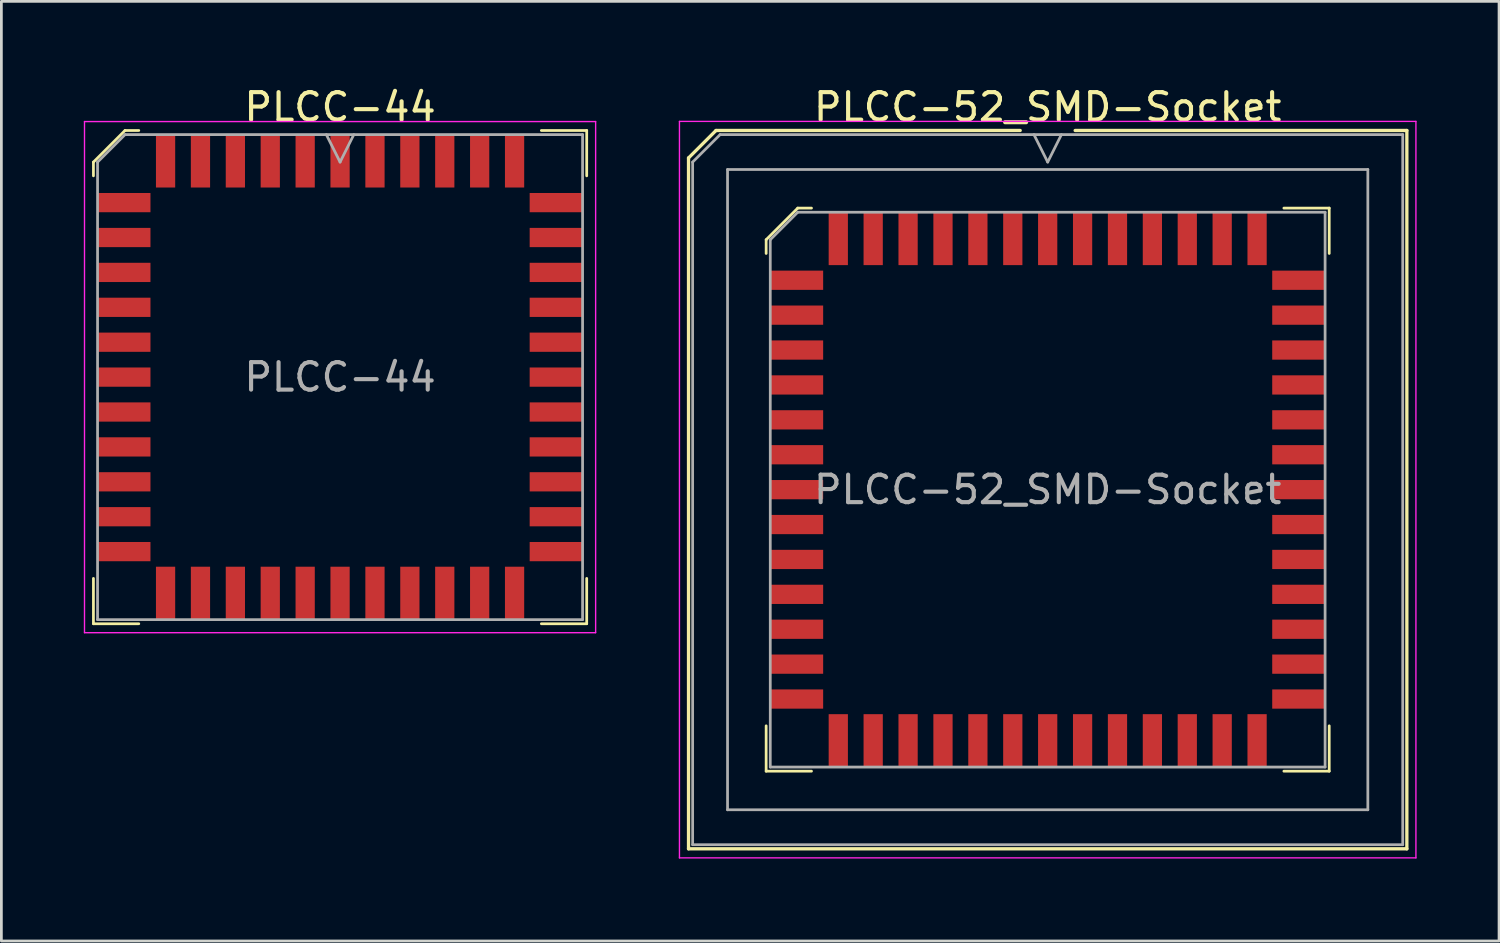
<source format=kicad_pcb>
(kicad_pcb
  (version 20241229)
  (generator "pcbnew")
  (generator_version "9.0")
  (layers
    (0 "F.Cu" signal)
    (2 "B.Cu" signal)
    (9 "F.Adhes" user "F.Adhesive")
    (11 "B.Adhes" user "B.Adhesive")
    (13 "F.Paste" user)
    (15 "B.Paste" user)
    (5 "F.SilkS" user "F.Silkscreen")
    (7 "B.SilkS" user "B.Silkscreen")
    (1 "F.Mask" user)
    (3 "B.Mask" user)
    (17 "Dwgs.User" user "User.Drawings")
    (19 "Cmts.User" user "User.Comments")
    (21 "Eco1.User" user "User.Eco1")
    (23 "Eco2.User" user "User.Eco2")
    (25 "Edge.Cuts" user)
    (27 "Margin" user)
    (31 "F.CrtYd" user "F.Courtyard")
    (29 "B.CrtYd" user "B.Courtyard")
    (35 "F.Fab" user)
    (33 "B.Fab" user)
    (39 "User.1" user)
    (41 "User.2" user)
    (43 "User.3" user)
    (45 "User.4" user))
  (footprint "PLCC-52_SMD-Socket"
    (layer "F.Cu")
    (at 35.075 14.768)
    (property "Reference" "PLCC-52_SMD-Socket" (at 0 -13.92 0) (layer "F.SilkS") (effects (font (size 1 1) (thickness 0.15))))
    (attr smd)
    (fp_line (start -13.07 -12.07) (end -13.07 13.07) (stroke (width 0.12) (type solid)) (layer "F.SilkS"))
    (fp_line (start -13.07 13.07) (end 13.07 13.07) (stroke (width 0.12) (type solid)) (layer "F.SilkS"))
    (fp_line (start -12.07 -13.07) (end -13.07 -12.07) (stroke (width 0.12) (type solid)) (layer "F.SilkS"))
    (fp_line (start -10.245 -9.095) (end -10.245 -8.595) (stroke (width 0.1) (type solid)) (layer "F.SilkS"))
    (fp_line (start -10.245 10.245) (end -10.245 8.595) (stroke (width 0.1) (type solid)) (layer "F.SilkS"))
    (fp_line (start -9.095 -10.245) (end -10.245 -9.095) (stroke (width 0.1) (type solid)) (layer "F.SilkS"))
    (fp_line (start -8.595 -10.245) (end -9.095 -10.245) (stroke (width 0.1) (type solid)) (layer "F.SilkS"))
    (fp_line (start -8.595 10.245) (end -10.245 10.245) (stroke (width 0.1) (type solid)) (layer "F.SilkS"))
    (fp_line (start -1 -13.07) (end -12.07 -13.07) (stroke (width 0.12) (type solid)) (layer "F.SilkS"))
    (fp_line (start 8.595 -10.245) (end 10.245 -10.245) (stroke (width 0.1) (type solid)) (layer "F.SilkS"))
    (fp_line (start 8.595 10.245) (end 10.245 10.245) (stroke (width 0.1) (type solid)) (layer "F.SilkS"))
    (fp_line (start 10.245 -10.245) (end 10.245 -8.595) (stroke (width 0.1) (type solid)) (layer "F.SilkS"))
    (fp_line (start 10.245 10.245) (end 10.245 8.595) (stroke (width 0.1) (type solid)) (layer "F.SilkS"))
    (fp_line (start 13.07 -13.07) (end 1 -13.07) (stroke (width 0.12) (type solid)) (layer "F.SilkS"))
    (fp_line (start 13.07 13.07) (end 13.07 -13.07) (stroke (width 0.12) (type solid)) (layer "F.SilkS"))
    (fp_line (start -13.4 -13.4) (end -13.4 13.4) (stroke (width 0.05) (type solid)) (layer "F.CrtYd"))
    (fp_line (start -13.4 13.4) (end 13.4 13.4) (stroke (width 0.05) (type solid)) (layer "F.CrtYd"))
    (fp_line (start 13.4 -13.4) (end -13.4 -13.4) (stroke (width 0.05) (type solid)) (layer "F.CrtYd"))
    (fp_line (start 13.4 13.4) (end 13.4 -13.4) (stroke (width 0.05) (type solid)) (layer "F.CrtYd"))
    (fp_line (start -12.92 -11.92) (end -12.92 12.92) (stroke (width 0.1) (type solid)) (layer "F.Fab"))
    (fp_line (start -12.92 12.92) (end 12.92 12.92) (stroke (width 0.1) (type solid)) (layer "F.Fab"))
    (fp_line (start -11.92 -12.92) (end -12.92 -11.92) (stroke (width 0.1) (type solid)) (layer "F.Fab"))
    (fp_line (start -11.65 -11.65) (end -11.65 11.65) (stroke (width 0.1) (type solid)) (layer "F.Fab"))
    (fp_line (start -11.65 11.65) (end 11.65 11.65) (stroke (width 0.1) (type solid)) (layer "F.Fab"))
    (fp_line (start -10.095 -9.095) (end -10.095 10.095) (stroke (width 0.1) (type solid)) (layer "F.Fab"))
    (fp_line (start -10.095 10.095) (end 10.095 10.095) (stroke (width 0.1) (type solid)) (layer "F.Fab"))
    (fp_line (start -9.095 -10.095) (end -10.095 -9.095) (stroke (width 0.1) (type solid)) (layer "F.Fab"))
    (fp_line (start -0.5 -12.92) (end 0 -11.92) (stroke (width 0.1) (type solid)) (layer "F.Fab"))
    (fp_line (start 0 -11.92) (end 0.5 -12.92) (stroke (width 0.1) (type solid)) (layer "F.Fab"))
    (fp_line (start 10.095 -10.095) (end -9.095 -10.095) (stroke (width 0.1) (type solid)) (layer "F.Fab"))
    (fp_line (start 10.095 10.095) (end 10.095 -10.095) (stroke (width 0.1) (type solid)) (layer "F.Fab"))
    (fp_line (start 11.65 -11.65) (end -11.65 -11.65) (stroke (width 0.1) (type solid)) (layer "F.Fab"))
    (fp_line (start 11.65 11.65) (end 11.65 -11.65) (stroke (width 0.1) (type solid)) (layer "F.Fab"))
    (fp_line (start 12.92 -12.92) (end -11.92 -12.92) (stroke (width 0.1) (type solid)) (layer "F.Fab"))
    (fp_line (start 12.92 12.92) (end 12.92 -12.92) (stroke (width 0.1) (type solid)) (layer "F.Fab"))
    (fp_text user "${REFERENCE}" (at 0 0 0) (layer "F.Fab") (effects (font (size 1 1) (thickness 0.15))))
    (pad "1" smd rect (at 0 -9.133) (size 0.7 1.925) (layers "F.Cu" "F.Mask" "F.Paste"))
    (pad "2" smd rect (at -1.27 -9.133) (size 0.7 1.925) (layers "F.Cu" "F.Mask" "F.Paste"))
    (pad "3" smd rect (at -2.54 -9.133) (size 0.7 1.925) (layers "F.Cu" "F.Mask" "F.Paste"))
    (pad "4" smd rect (at -3.81 -9.133) (size 0.7 1.925) (layers "F.Cu" "F.Mask" "F.Paste"))
    (pad "5" smd rect (at -5.08 -9.133) (size 0.7 1.925) (layers "F.Cu" "F.Mask" "F.Paste"))
    (pad "6" smd rect (at -6.35 -9.133) (size 0.7 1.925) (layers "F.Cu" "F.Mask" "F.Paste"))
    (pad "7" smd rect (at -7.62 -9.133) (size 0.7 1.925) (layers "F.Cu" "F.Mask" "F.Paste"))
    (pad "8" smd rect (at -9.133 -7.62) (size 1.925 0.7) (layers "F.Cu" "F.Mask" "F.Paste"))
    (pad "9" smd rect (at -9.133 -6.35) (size 1.925 0.7) (layers "F.Cu" "F.Mask" "F.Paste"))
    (pad "10" smd rect (at -9.133 -5.08) (size 1.925 0.7) (layers "F.Cu" "F.Mask" "F.Paste"))
    (pad "11" smd rect (at -9.133 -3.81) (size 1.925 0.7) (layers "F.Cu" "F.Mask" "F.Paste"))
    (pad "12" smd rect (at -9.133 -2.54) (size 1.925 0.7) (layers "F.Cu" "F.Mask" "F.Paste"))
    (pad "13" smd rect (at -9.133 -1.27) (size 1.925 0.7) (layers "F.Cu" "F.Mask" "F.Paste"))
    (pad "14" smd rect (at -9.133 0) (size 1.925 0.7) (layers "F.Cu" "F.Mask" "F.Paste"))
    (pad "15" smd rect (at -9.133 1.27) (size 1.925 0.7) (layers "F.Cu" "F.Mask" "F.Paste"))
    (pad "16" smd rect (at -9.133 2.54) (size 1.925 0.7) (layers "F.Cu" "F.Mask" "F.Paste"))
    (pad "17" smd rect (at -9.133 3.81) (size 1.925 0.7) (layers "F.Cu" "F.Mask" "F.Paste"))
    (pad "18" smd rect (at -9.133 5.08) (size 1.925 0.7) (layers "F.Cu" "F.Mask" "F.Paste"))
    (pad "19" smd rect (at -9.133 6.35) (size 1.925 0.7) (layers "F.Cu" "F.Mask" "F.Paste"))
    (pad "20" smd rect (at -9.133 7.62) (size 1.925 0.7) (layers "F.Cu" "F.Mask" "F.Paste"))
    (pad "21" smd rect (at -7.62 9.133) (size 0.7 1.925) (layers "F.Cu" "F.Mask" "F.Paste"))
    (pad "22" smd rect (at -6.35 9.133) (size 0.7 1.925) (layers "F.Cu" "F.Mask" "F.Paste"))
    (pad "23" smd rect (at -5.08 9.133) (size 0.7 1.925) (layers "F.Cu" "F.Mask" "F.Paste"))
    (pad "24" smd rect (at -3.81 9.133) (size 0.7 1.925) (layers "F.Cu" "F.Mask" "F.Paste"))
    (pad "25" smd rect (at -2.54 9.133) (size 0.7 1.925) (layers "F.Cu" "F.Mask" "F.Paste"))
    (pad "26" smd rect (at -1.27 9.133) (size 0.7 1.925) (layers "F.Cu" "F.Mask" "F.Paste"))
    (pad "27" smd rect (at 0 9.133) (size 0.7 1.925) (layers "F.Cu" "F.Mask" "F.Paste"))
    (pad "28" smd rect (at 1.27 9.133) (size 0.7 1.925) (layers "F.Cu" "F.Mask" "F.Paste"))
    (pad "29" smd rect (at 2.54 9.133) (size 0.7 1.925) (layers "F.Cu" "F.Mask" "F.Paste"))
    (pad "30" smd rect (at 3.81 9.133) (size 0.7 1.925) (layers "F.Cu" "F.Mask" "F.Paste"))
    (pad "31" smd rect (at 5.08 9.133) (size 0.7 1.925) (layers "F.Cu" "F.Mask" "F.Paste"))
    (pad "32" smd rect (at 6.35 9.133) (size 0.7 1.925) (layers "F.Cu" "F.Mask" "F.Paste"))
    (pad "33" smd rect (at 7.62 9.133) (size 0.7 1.925) (layers "F.Cu" "F.Mask" "F.Paste"))
    (pad "34" smd rect (at 9.133 7.62) (size 1.925 0.7) (layers "F.Cu" "F.Mask" "F.Paste"))
    (pad "35" smd rect (at 9.133 6.35) (size 1.925 0.7) (layers "F.Cu" "F.Mask" "F.Paste"))
    (pad "36" smd rect (at 9.133 5.08) (size 1.925 0.7) (layers "F.Cu" "F.Mask" "F.Paste"))
    (pad "37" smd rect (at 9.133 3.81) (size 1.925 0.7) (layers "F.Cu" "F.Mask" "F.Paste"))
    (pad "38" smd rect (at 9.133 2.54) (size 1.925 0.7) (layers "F.Cu" "F.Mask" "F.Paste"))
    (pad "39" smd rect (at 9.133 1.27) (size 1.925 0.7) (layers "F.Cu" "F.Mask" "F.Paste"))
    (pad "40" smd rect (at 9.133 0) (size 1.925 0.7) (layers "F.Cu" "F.Mask" "F.Paste"))
    (pad "41" smd rect (at 9.133 -1.27) (size 1.925 0.7) (layers "F.Cu" "F.Mask" "F.Paste"))
    (pad "42" smd rect (at 9.133 -2.54) (size 1.925 0.7) (layers "F.Cu" "F.Mask" "F.Paste"))
    (pad "43" smd rect (at 9.133 -3.81) (size 1.925 0.7) (layers "F.Cu" "F.Mask" "F.Paste"))
    (pad "44" smd rect (at 9.133 -5.08) (size 1.925 0.7) (layers "F.Cu" "F.Mask" "F.Paste"))
    (pad "45" smd rect (at 9.133 -6.35) (size 1.925 0.7) (layers "F.Cu" "F.Mask" "F.Paste"))
    (pad "46" smd rect (at 9.133 -7.62) (size 1.925 0.7) (layers "F.Cu" "F.Mask" "F.Paste"))
    (pad "47" smd rect (at 7.62 -9.133) (size 0.7 1.925) (layers "F.Cu" "F.Mask" "F.Paste"))
    (pad "48" smd rect (at 6.35 -9.133) (size 0.7 1.925) (layers "F.Cu" "F.Mask" "F.Paste"))
    (pad "49" smd rect (at 5.08 -9.133) (size 0.7 1.925) (layers "F.Cu" "F.Mask" "F.Paste"))
    (pad "50" smd rect (at 3.81 -9.133) (size 0.7 1.925) (layers "F.Cu" "F.Mask" "F.Paste"))
    (pad "51" smd rect (at 2.54 -9.133) (size 0.7 1.925) (layers "F.Cu" "F.Mask" "F.Paste"))
    (pad "52" smd rect (at 1.27 -9.133) (size 0.7 1.925) (layers "F.Cu" "F.Mask" "F.Paste")))
  (footprint "PLCC-44"
    (layer "F.Cu")
    (at 9.325 10.673)
    (property "Reference" "PLCC-44" (at 0 -9.825 0) (layer "F.SilkS") (effects (font (size 1 1) (thickness 0.15))))
    (attr smd)
    (fp_line (start -8.975 -7.825) (end -8.975 -7.325) (stroke (width 0.1) (type solid)) (layer "F.SilkS"))
    (fp_line (start -8.975 8.975) (end -8.975 7.325) (stroke (width 0.1) (type solid)) (layer "F.SilkS"))
    (fp_line (start -7.825 -8.975) (end -8.975 -7.825) (stroke (width 0.1) (type solid)) (layer "F.SilkS"))
    (fp_line (start -7.325 -8.975) (end -7.825 -8.975) (stroke (width 0.1) (type solid)) (layer "F.SilkS"))
    (fp_line (start -7.325 8.975) (end -8.975 8.975) (stroke (width 0.1) (type solid)) (layer "F.SilkS"))
    (fp_line (start 7.325 -8.975) (end 8.975 -8.975) (stroke (width 0.1) (type solid)) (layer "F.SilkS"))
    (fp_line (start 7.325 8.975) (end 8.975 8.975) (stroke (width 0.1) (type solid)) (layer "F.SilkS"))
    (fp_line (start 8.975 -8.975) (end 8.975 -7.325) (stroke (width 0.1) (type solid)) (layer "F.SilkS"))
    (fp_line (start 8.975 8.975) (end 8.975 7.325) (stroke (width 0.1) (type solid)) (layer "F.SilkS"))
    (fp_line (start -9.3 -9.3) (end -9.3 9.3) (stroke (width 0.05) (type solid)) (layer "F.CrtYd"))
    (fp_line (start -9.3 9.3) (end 9.3 9.3) (stroke (width 0.05) (type solid)) (layer "F.CrtYd"))
    (fp_line (start 9.3 -9.3) (end -9.3 -9.3) (stroke (width 0.05) (type solid)) (layer "F.CrtYd"))
    (fp_line (start 9.3 9.3) (end 9.3 -9.3) (stroke (width 0.05) (type solid)) (layer "F.CrtYd"))
    (fp_line (start -8.825 -7.825) (end -8.825 8.825) (stroke (width 0.1) (type solid)) (layer "F.Fab"))
    (fp_line (start -8.825 8.825) (end 8.825 8.825) (stroke (width 0.1) (type solid)) (layer "F.Fab"))
    (fp_line (start -7.825 -8.825) (end -8.825 -7.825) (stroke (width 0.1) (type solid)) (layer "F.Fab"))
    (fp_line (start -0.5 -8.825) (end 0 -7.825) (stroke (width 0.1) (type solid)) (layer "F.Fab"))
    (fp_line (start 0 -7.825) (end 0.5 -8.825) (stroke (width 0.1) (type solid)) (layer "F.Fab"))
    (fp_line (start 8.825 -8.825) (end -7.825 -8.825) (stroke (width 0.1) (type solid)) (layer "F.Fab"))
    (fp_line (start 8.825 8.825) (end 8.825 -8.825) (stroke (width 0.1) (type solid)) (layer "F.Fab"))
    (fp_text user "${REFERENCE}" (at 0 0 0) (layer "F.Fab") (effects (font (size 1 1) (thickness 0.15))))
    (pad "1" smd rect (at 0 -7.862) (size 0.7 1.925) (layers "F.Cu" "F.Mask" "F.Paste"))
    (pad "2" smd rect (at -1.27 -7.862) (size 0.7 1.925) (layers "F.Cu" "F.Mask" "F.Paste"))
    (pad "3" smd rect (at -2.54 -7.862) (size 0.7 1.925) (layers "F.Cu" "F.Mask" "F.Paste"))
    (pad "4" smd rect (at -3.81 -7.862) (size 0.7 1.925) (layers "F.Cu" "F.Mask" "F.Paste"))
    (pad "5" smd rect (at -5.08 -7.862) (size 0.7 1.925) (layers "F.Cu" "F.Mask" "F.Paste"))
    (pad "6" smd rect (at -6.35 -7.862) (size 0.7 1.925) (layers "F.Cu" "F.Mask" "F.Paste"))
    (pad "7" smd rect (at -7.862 -6.35) (size 1.925 0.7) (layers "F.Cu" "F.Mask" "F.Paste"))
    (pad "8" smd rect (at -7.862 -5.08) (size 1.925 0.7) (layers "F.Cu" "F.Mask" "F.Paste"))
    (pad "9" smd rect (at -7.862 -3.81) (size 1.925 0.7) (layers "F.Cu" "F.Mask" "F.Paste"))
    (pad "10" smd rect (at -7.862 -2.54) (size 1.925 0.7) (layers "F.Cu" "F.Mask" "F.Paste"))
    (pad "11" smd rect (at -7.862 -1.27) (size 1.925 0.7) (layers "F.Cu" "F.Mask" "F.Paste"))
    (pad "12" smd rect (at -7.862 0) (size 1.925 0.7) (layers "F.Cu" "F.Mask" "F.Paste"))
    (pad "13" smd rect (at -7.862 1.27) (size 1.925 0.7) (layers "F.Cu" "F.Mask" "F.Paste"))
    (pad "14" smd rect (at -7.862 2.54) (size 1.925 0.7) (layers "F.Cu" "F.Mask" "F.Paste"))
    (pad "15" smd rect (at -7.862 3.81) (size 1.925 0.7) (layers "F.Cu" "F.Mask" "F.Paste"))
    (pad "16" smd rect (at -7.862 5.08) (size 1.925 0.7) (layers "F.Cu" "F.Mask" "F.Paste"))
    (pad "17" smd rect (at -7.862 6.35) (size 1.925 0.7) (layers "F.Cu" "F.Mask" "F.Paste"))
    (pad "18" smd rect (at -6.35 7.862) (size 0.7 1.925) (layers "F.Cu" "F.Mask" "F.Paste"))
    (pad "19" smd rect (at -5.08 7.862) (size 0.7 1.925) (layers "F.Cu" "F.Mask" "F.Paste"))
    (pad "20" smd rect (at -3.81 7.862) (size 0.7 1.925) (layers "F.Cu" "F.Mask" "F.Paste"))
    (pad "21" smd rect (at -2.54 7.862) (size 0.7 1.925) (layers "F.Cu" "F.Mask" "F.Paste"))
    (pad "22" smd rect (at -1.27 7.862) (size 0.7 1.925) (layers "F.Cu" "F.Mask" "F.Paste"))
    (pad "23" smd rect (at 0 7.862) (size 0.7 1.925) (layers "F.Cu" "F.Mask" "F.Paste"))
    (pad "24" smd rect (at 1.27 7.862) (size 0.7 1.925) (layers "F.Cu" "F.Mask" "F.Paste"))
    (pad "25" smd rect (at 2.54 7.862) (size 0.7 1.925) (layers "F.Cu" "F.Mask" "F.Paste"))
    (pad "26" smd rect (at 3.81 7.862) (size 0.7 1.925) (layers "F.Cu" "F.Mask" "F.Paste"))
    (pad "27" smd rect (at 5.08 7.862) (size 0.7 1.925) (layers "F.Cu" "F.Mask" "F.Paste"))
    (pad "28" smd rect (at 6.35 7.862) (size 0.7 1.925) (layers "F.Cu" "F.Mask" "F.Paste"))
    (pad "29" smd rect (at 7.862 6.35) (size 1.925 0.7) (layers "F.Cu" "F.Mask" "F.Paste"))
    (pad "30" smd rect (at 7.862 5.08) (size 1.925 0.7) (layers "F.Cu" "F.Mask" "F.Paste"))
    (pad "31" smd rect (at 7.862 3.81) (size 1.925 0.7) (layers "F.Cu" "F.Mask" "F.Paste"))
    (pad "32" smd rect (at 7.862 2.54) (size 1.925 0.7) (layers "F.Cu" "F.Mask" "F.Paste"))
    (pad "33" smd rect (at 7.862 1.27) (size 1.925 0.7) (layers "F.Cu" "F.Mask" "F.Paste"))
    (pad "34" smd rect (at 7.862 0) (size 1.925 0.7) (layers "F.Cu" "F.Mask" "F.Paste"))
    (pad "35" smd rect (at 7.862 -1.27) (size 1.925 0.7) (layers "F.Cu" "F.Mask" "F.Paste"))
    (pad "36" smd rect (at 7.862 -2.54) (size 1.925 0.7) (layers "F.Cu" "F.Mask" "F.Paste"))
    (pad "37" smd rect (at 7.862 -3.81) (size 1.925 0.7) (layers "F.Cu" "F.Mask" "F.Paste"))
    (pad "38" smd rect (at 7.862 -5.08) (size 1.925 0.7) (layers "F.Cu" "F.Mask" "F.Paste"))
    (pad "39" smd rect (at 7.862 -6.35) (size 1.925 0.7) (layers "F.Cu" "F.Mask" "F.Paste"))
    (pad "40" smd rect (at 6.35 -7.862) (size 0.7 1.925) (layers "F.Cu" "F.Mask" "F.Paste"))
    (pad "41" smd rect (at 5.08 -7.862) (size 0.7 1.925) (layers "F.Cu" "F.Mask" "F.Paste"))
    (pad "42" smd rect (at 3.81 -7.862) (size 0.7 1.925) (layers "F.Cu" "F.Mask" "F.Paste"))
    (pad "43" smd rect (at 2.54 -7.862) (size 0.7 1.925) (layers "F.Cu" "F.Mask" "F.Paste"))
    (pad "44" smd rect (at 1.27 -7.862) (size 0.7 1.925) (layers "F.Cu" "F.Mask" "F.Paste")))
  (gr_rect
    (start -3 -3)
    (end 51.5 31.193)
    (stroke (width 0.1) (type default))
    (fill no)
    (layer "Edge.Cuts")))
</source>
